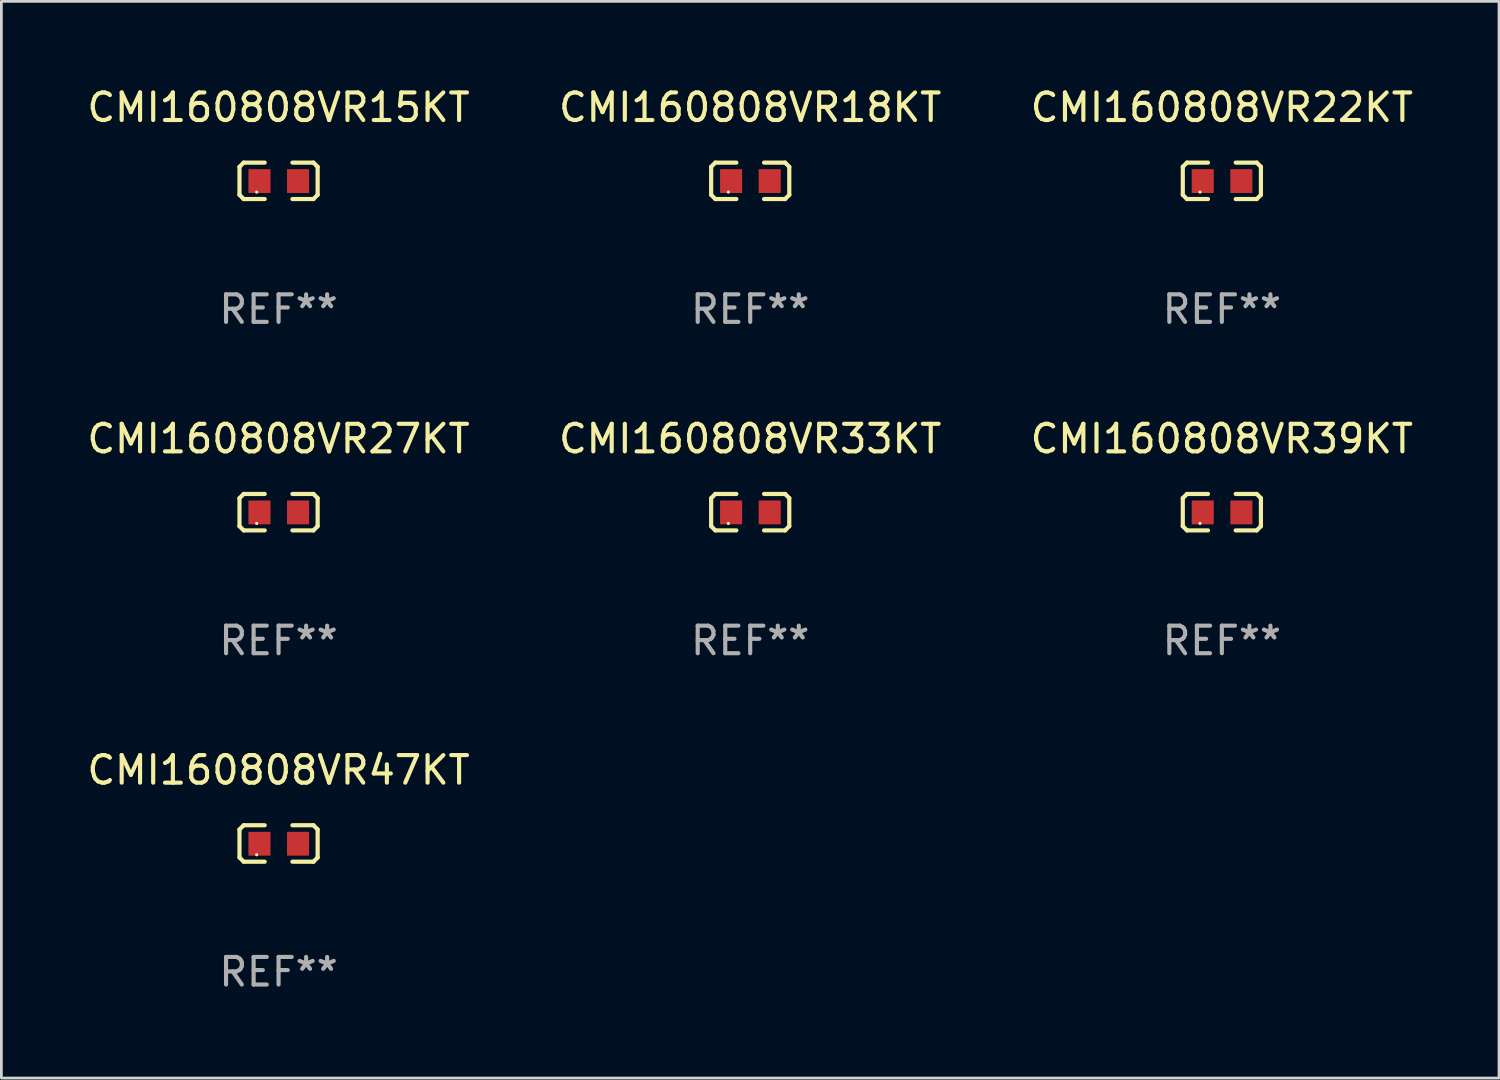
<source format=kicad_pcb>
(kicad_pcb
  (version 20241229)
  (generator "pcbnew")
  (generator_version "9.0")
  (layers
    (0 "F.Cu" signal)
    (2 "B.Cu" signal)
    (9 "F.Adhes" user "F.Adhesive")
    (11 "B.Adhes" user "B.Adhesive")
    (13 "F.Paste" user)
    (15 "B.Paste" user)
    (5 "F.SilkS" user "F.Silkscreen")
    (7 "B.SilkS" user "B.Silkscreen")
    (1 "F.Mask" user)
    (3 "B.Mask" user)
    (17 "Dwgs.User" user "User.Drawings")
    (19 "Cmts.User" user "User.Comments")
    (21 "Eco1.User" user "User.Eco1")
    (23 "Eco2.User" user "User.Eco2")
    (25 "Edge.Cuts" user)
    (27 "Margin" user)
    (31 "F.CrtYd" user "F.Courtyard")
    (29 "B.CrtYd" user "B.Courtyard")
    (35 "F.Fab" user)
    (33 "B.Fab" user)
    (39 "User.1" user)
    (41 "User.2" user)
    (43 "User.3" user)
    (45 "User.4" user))
  (footprint "CMI160808VR39KT"
    (layer "F.Cu")
    (at 41.268 15.527)
    (property "Reference" "CMI160808VR39KT" (at 0 -2.661 0) (layer "F.SilkS") (effects (font (size 1 1) (thickness 0.15))))
    (attr through_hole)
    (fp_line (start -1.417 -0.508) (end -1.265 -0.661) (stroke (width 0.152) (type solid)) (layer "F.SilkS"))
    (fp_line (start -1.417 0.508) (end -1.417 -0.508) (stroke (width 0.152) (type solid)) (layer "F.SilkS"))
    (fp_line (start -1.265 -0.661) (end -0.503 -0.661) (stroke (width 0.152) (type solid)) (layer "F.SilkS"))
    (fp_line (start -1.265 0.661) (end -1.417 0.508) (stroke (width 0.152) (type solid)) (layer "F.SilkS"))
    (fp_line (start -1.265 0.661) (end -0.503 0.661) (stroke (width 0.152) (type solid)) (layer "F.SilkS"))
    (fp_line (start 1.265 -0.661) (end 0.503 -0.661) (stroke (width 0.152) (type solid)) (layer "F.SilkS"))
    (fp_line (start 1.265 -0.661) (end 1.417 -0.508) (stroke (width 0.152) (type solid)) (layer "F.SilkS"))
    (fp_line (start 1.265 0.661) (end 0.503 0.661) (stroke (width 0.152) (type solid)) (layer "F.SilkS"))
    (fp_line (start 1.417 -0.508) (end 1.417 0.508) (stroke (width 0.152) (type solid)) (layer "F.SilkS"))
    (fp_line (start 1.417 0.508) (end 1.265 0.661) (stroke (width 0.152) (type solid)) (layer "F.SilkS"))
    (fp_circle (center -0.793 0.409) (end -0.763 0.409) (stroke (width 0.06) (type solid)) (fill no) (layer "F.SilkS"))
    (fp_text user "REF**" (at 0 4.661 0) (layer "F.Fab") (effects (font (size 1 1) (thickness 0.15))))
    (pad "1" smd rect (at -0.693 0.009 180) (size 0.8 0.864) (layers "F.Cu" "F.Mask" "F.Paste"))
    (pad "2" smd rect (at 0.707 0.009 180) (size 0.8 0.864) (layers "F.Cu" "F.Mask" "F.Paste")))
  (footprint "CMI160808VR22KT"
    (layer "F.Cu")
    (at 41.268 3.509)
    (property "Reference" "CMI160808VR22KT" (at 0 -2.661 0) (layer "F.SilkS") (effects (font (size 1 1) (thickness 0.15))))
    (attr through_hole)
    (fp_line (start -1.417 -0.508) (end -1.265 -0.661) (stroke (width 0.152) (type solid)) (layer "F.SilkS"))
    (fp_line (start -1.417 0.508) (end -1.417 -0.508) (stroke (width 0.152) (type solid)) (layer "F.SilkS"))
    (fp_line (start -1.265 -0.661) (end -0.503 -0.661) (stroke (width 0.152) (type solid)) (layer "F.SilkS"))
    (fp_line (start -1.265 0.661) (end -1.417 0.508) (stroke (width 0.152) (type solid)) (layer "F.SilkS"))
    (fp_line (start -1.265 0.661) (end -0.503 0.661) (stroke (width 0.152) (type solid)) (layer "F.SilkS"))
    (fp_line (start 1.265 -0.661) (end 0.503 -0.661) (stroke (width 0.152) (type solid)) (layer "F.SilkS"))
    (fp_line (start 1.265 -0.661) (end 1.417 -0.508) (stroke (width 0.152) (type solid)) (layer "F.SilkS"))
    (fp_line (start 1.265 0.661) (end 0.503 0.661) (stroke (width 0.152) (type solid)) (layer "F.SilkS"))
    (fp_line (start 1.417 -0.508) (end 1.417 0.508) (stroke (width 0.152) (type solid)) (layer "F.SilkS"))
    (fp_line (start 1.417 0.508) (end 1.265 0.661) (stroke (width 0.152) (type solid)) (layer "F.SilkS"))
    (fp_circle (center -0.793 0.409) (end -0.763 0.409) (stroke (width 0.06) (type solid)) (fill no) (layer "F.SilkS"))
    (fp_text user "REF**" (at 0 4.661 0) (layer "F.Fab") (effects (font (size 1 1) (thickness 0.15))))
    (pad "1" smd rect (at -0.693 0.009 180) (size 0.8 0.864) (layers "F.Cu" "F.Mask" "F.Paste"))
    (pad "2" smd rect (at 0.707 0.009 180) (size 0.8 0.864) (layers "F.Cu" "F.Mask" "F.Paste")))
  (footprint "CMI160808VR33KT"
    (layer "F.Cu")
    (at 24.161 15.527)
    (property "Reference" "CMI160808VR33KT" (at 0 -2.661 0) (layer "F.SilkS") (effects (font (size 1 1) (thickness 0.15))))
    (attr through_hole)
    (fp_line (start -1.417 -0.508) (end -1.265 -0.661) (stroke (width 0.152) (type solid)) (layer "F.SilkS"))
    (fp_line (start -1.417 0.508) (end -1.417 -0.508) (stroke (width 0.152) (type solid)) (layer "F.SilkS"))
    (fp_line (start -1.265 -0.661) (end -0.503 -0.661) (stroke (width 0.152) (type solid)) (layer "F.SilkS"))
    (fp_line (start -1.265 0.661) (end -1.417 0.508) (stroke (width 0.152) (type solid)) (layer "F.SilkS"))
    (fp_line (start -1.265 0.661) (end -0.503 0.661) (stroke (width 0.152) (type solid)) (layer "F.SilkS"))
    (fp_line (start 1.265 -0.661) (end 0.503 -0.661) (stroke (width 0.152) (type solid)) (layer "F.SilkS"))
    (fp_line (start 1.265 -0.661) (end 1.417 -0.508) (stroke (width 0.152) (type solid)) (layer "F.SilkS"))
    (fp_line (start 1.265 0.661) (end 0.503 0.661) (stroke (width 0.152) (type solid)) (layer "F.SilkS"))
    (fp_line (start 1.417 -0.508) (end 1.417 0.508) (stroke (width 0.152) (type solid)) (layer "F.SilkS"))
    (fp_line (start 1.417 0.508) (end 1.265 0.661) (stroke (width 0.152) (type solid)) (layer "F.SilkS"))
    (fp_circle (center -0.793 0.409) (end -0.763 0.409) (stroke (width 0.06) (type solid)) (fill no) (layer "F.SilkS"))
    (fp_text user "REF**" (at 0 4.661 0) (layer "F.Fab") (effects (font (size 1 1) (thickness 0.15))))
    (pad "1" smd rect (at -0.693 0.009 180) (size 0.8 0.864) (layers "F.Cu" "F.Mask" "F.Paste"))
    (pad "2" smd rect (at 0.707 0.009 180) (size 0.8 0.864) (layers "F.Cu" "F.Mask" "F.Paste")))
  (footprint "CMI160808VR47KT"
    (layer "F.Cu")
    (at 7.054 27.544)
    (property "Reference" "CMI160808VR47KT" (at 0 -2.661 0) (layer "F.SilkS") (effects (font (size 1 1) (thickness 0.15))))
    (attr through_hole)
    (fp_line (start -1.417 -0.508) (end -1.265 -0.661) (stroke (width 0.152) (type solid)) (layer "F.SilkS"))
    (fp_line (start -1.417 0.508) (end -1.417 -0.508) (stroke (width 0.152) (type solid)) (layer "F.SilkS"))
    (fp_line (start -1.265 -0.661) (end -0.503 -0.661) (stroke (width 0.152) (type solid)) (layer "F.SilkS"))
    (fp_line (start -1.265 0.661) (end -1.417 0.508) (stroke (width 0.152) (type solid)) (layer "F.SilkS"))
    (fp_line (start -1.265 0.661) (end -0.503 0.661) (stroke (width 0.152) (type solid)) (layer "F.SilkS"))
    (fp_line (start 1.265 -0.661) (end 0.503 -0.661) (stroke (width 0.152) (type solid)) (layer "F.SilkS"))
    (fp_line (start 1.265 -0.661) (end 1.417 -0.508) (stroke (width 0.152) (type solid)) (layer "F.SilkS"))
    (fp_line (start 1.265 0.661) (end 0.503 0.661) (stroke (width 0.152) (type solid)) (layer "F.SilkS"))
    (fp_line (start 1.417 -0.508) (end 1.417 0.508) (stroke (width 0.152) (type solid)) (layer "F.SilkS"))
    (fp_line (start 1.417 0.508) (end 1.265 0.661) (stroke (width 0.152) (type solid)) (layer "F.SilkS"))
    (fp_circle (center -0.793 0.409) (end -0.763 0.409) (stroke (width 0.06) (type solid)) (fill no) (layer "F.SilkS"))
    (fp_text user "REF**" (at 0 4.661 0) (layer "F.Fab") (effects (font (size 1 1) (thickness 0.15))))
    (pad "1" smd rect (at -0.693 0.009 180) (size 0.8 0.864) (layers "F.Cu" "F.Mask" "F.Paste"))
    (pad "2" smd rect (at 0.707 0.009 180) (size 0.8 0.864) (layers "F.Cu" "F.Mask" "F.Paste")))
  (footprint "CMI160808VR18KT"
    (layer "F.Cu")
    (at 24.161 3.509)
    (property "Reference" "CMI160808VR18KT" (at 0 -2.661 0) (layer "F.SilkS") (effects (font (size 1 1) (thickness 0.15))))
    (attr through_hole)
    (fp_line (start -1.417 -0.508) (end -1.265 -0.661) (stroke (width 0.152) (type solid)) (layer "F.SilkS"))
    (fp_line (start -1.417 0.508) (end -1.417 -0.508) (stroke (width 0.152) (type solid)) (layer "F.SilkS"))
    (fp_line (start -1.265 -0.661) (end -0.503 -0.661) (stroke (width 0.152) (type solid)) (layer "F.SilkS"))
    (fp_line (start -1.265 0.661) (end -1.417 0.508) (stroke (width 0.152) (type solid)) (layer "F.SilkS"))
    (fp_line (start -1.265 0.661) (end -0.503 0.661) (stroke (width 0.152) (type solid)) (layer "F.SilkS"))
    (fp_line (start 1.265 -0.661) (end 0.503 -0.661) (stroke (width 0.152) (type solid)) (layer "F.SilkS"))
    (fp_line (start 1.265 -0.661) (end 1.417 -0.508) (stroke (width 0.152) (type solid)) (layer "F.SilkS"))
    (fp_line (start 1.265 0.661) (end 0.503 0.661) (stroke (width 0.152) (type solid)) (layer "F.SilkS"))
    (fp_line (start 1.417 -0.508) (end 1.417 0.508) (stroke (width 0.152) (type solid)) (layer "F.SilkS"))
    (fp_line (start 1.417 0.508) (end 1.265 0.661) (stroke (width 0.152) (type solid)) (layer "F.SilkS"))
    (fp_circle (center -0.793 0.409) (end -0.763 0.409) (stroke (width 0.06) (type solid)) (fill no) (layer "F.SilkS"))
    (fp_text user "REF**" (at 0 4.661 0) (layer "F.Fab") (effects (font (size 1 1) (thickness 0.15))))
    (pad "1" smd rect (at -0.693 0.009 180) (size 0.8 0.864) (layers "F.Cu" "F.Mask" "F.Paste"))
    (pad "2" smd rect (at 0.707 0.009 180) (size 0.8 0.864) (layers "F.Cu" "F.Mask" "F.Paste")))
  (footprint "CMI160808VR15KT"
    (layer "F.Cu")
    (at 7.054 3.509)
    (property "Reference" "CMI160808VR15KT" (at 0 -2.661 0) (layer "F.SilkS") (effects (font (size 1 1) (thickness 0.15))))
    (attr through_hole)
    (fp_line (start -1.417 -0.508) (end -1.265 -0.661) (stroke (width 0.152) (type solid)) (layer "F.SilkS"))
    (fp_line (start -1.417 0.508) (end -1.417 -0.508) (stroke (width 0.152) (type solid)) (layer "F.SilkS"))
    (fp_line (start -1.265 -0.661) (end -0.503 -0.661) (stroke (width 0.152) (type solid)) (layer "F.SilkS"))
    (fp_line (start -1.265 0.661) (end -1.417 0.508) (stroke (width 0.152) (type solid)) (layer "F.SilkS"))
    (fp_line (start -1.265 0.661) (end -0.503 0.661) (stroke (width 0.152) (type solid)) (layer "F.SilkS"))
    (fp_line (start 1.265 -0.661) (end 0.503 -0.661) (stroke (width 0.152) (type solid)) (layer "F.SilkS"))
    (fp_line (start 1.265 -0.661) (end 1.417 -0.508) (stroke (width 0.152) (type solid)) (layer "F.SilkS"))
    (fp_line (start 1.265 0.661) (end 0.503 0.661) (stroke (width 0.152) (type solid)) (layer "F.SilkS"))
    (fp_line (start 1.417 -0.508) (end 1.417 0.508) (stroke (width 0.152) (type solid)) (layer "F.SilkS"))
    (fp_line (start 1.417 0.508) (end 1.265 0.661) (stroke (width 0.152) (type solid)) (layer "F.SilkS"))
    (fp_circle (center -0.793 0.409) (end -0.763 0.409) (stroke (width 0.06) (type solid)) (fill no) (layer "F.SilkS"))
    (fp_text user "REF**" (at 0 4.661 0) (layer "F.Fab") (effects (font (size 1 1) (thickness 0.15))))
    (pad "1" smd rect (at -0.693 0.009 180) (size 0.8 0.864) (layers "F.Cu" "F.Mask" "F.Paste"))
    (pad "2" smd rect (at 0.707 0.009 180) (size 0.8 0.864) (layers "F.Cu" "F.Mask" "F.Paste")))
  (footprint "CMI160808VR27KT"
    (layer "F.Cu")
    (at 7.054 15.527)
    (property "Reference" "CMI160808VR27KT" (at 0 -2.661 0) (layer "F.SilkS") (effects (font (size 1 1) (thickness 0.15))))
    (attr through_hole)
    (fp_line (start -1.417 -0.508) (end -1.265 -0.661) (stroke (width 0.152) (type solid)) (layer "F.SilkS"))
    (fp_line (start -1.417 0.508) (end -1.417 -0.508) (stroke (width 0.152) (type solid)) (layer "F.SilkS"))
    (fp_line (start -1.265 -0.661) (end -0.503 -0.661) (stroke (width 0.152) (type solid)) (layer "F.SilkS"))
    (fp_line (start -1.265 0.661) (end -1.417 0.508) (stroke (width 0.152) (type solid)) (layer "F.SilkS"))
    (fp_line (start -1.265 0.661) (end -0.503 0.661) (stroke (width 0.152) (type solid)) (layer "F.SilkS"))
    (fp_line (start 1.265 -0.661) (end 0.503 -0.661) (stroke (width 0.152) (type solid)) (layer "F.SilkS"))
    (fp_line (start 1.265 -0.661) (end 1.417 -0.508) (stroke (width 0.152) (type solid)) (layer "F.SilkS"))
    (fp_line (start 1.265 0.661) (end 0.503 0.661) (stroke (width 0.152) (type solid)) (layer "F.SilkS"))
    (fp_line (start 1.417 -0.508) (end 1.417 0.508) (stroke (width 0.152) (type solid)) (layer "F.SilkS"))
    (fp_line (start 1.417 0.508) (end 1.265 0.661) (stroke (width 0.152) (type solid)) (layer "F.SilkS"))
    (fp_circle (center -0.793 0.409) (end -0.763 0.409) (stroke (width 0.06) (type solid)) (fill no) (layer "F.SilkS"))
    (fp_text user "REF**" (at 0 4.661 0) (layer "F.Fab") (effects (font (size 1 1) (thickness 0.15))))
    (pad "1" smd rect (at -0.693 0.009 180) (size 0.8 0.864) (layers "F.Cu" "F.Mask" "F.Paste"))
    (pad "2" smd rect (at 0.707 0.009 180) (size 0.8 0.864) (layers "F.Cu" "F.Mask" "F.Paste")))
  (gr_rect
    (start -3 -3)
    (end 51.321 36.053)
    (stroke (width 0.1) (type default))
    (fill no)
    (layer "Edge.Cuts")))
</source>
